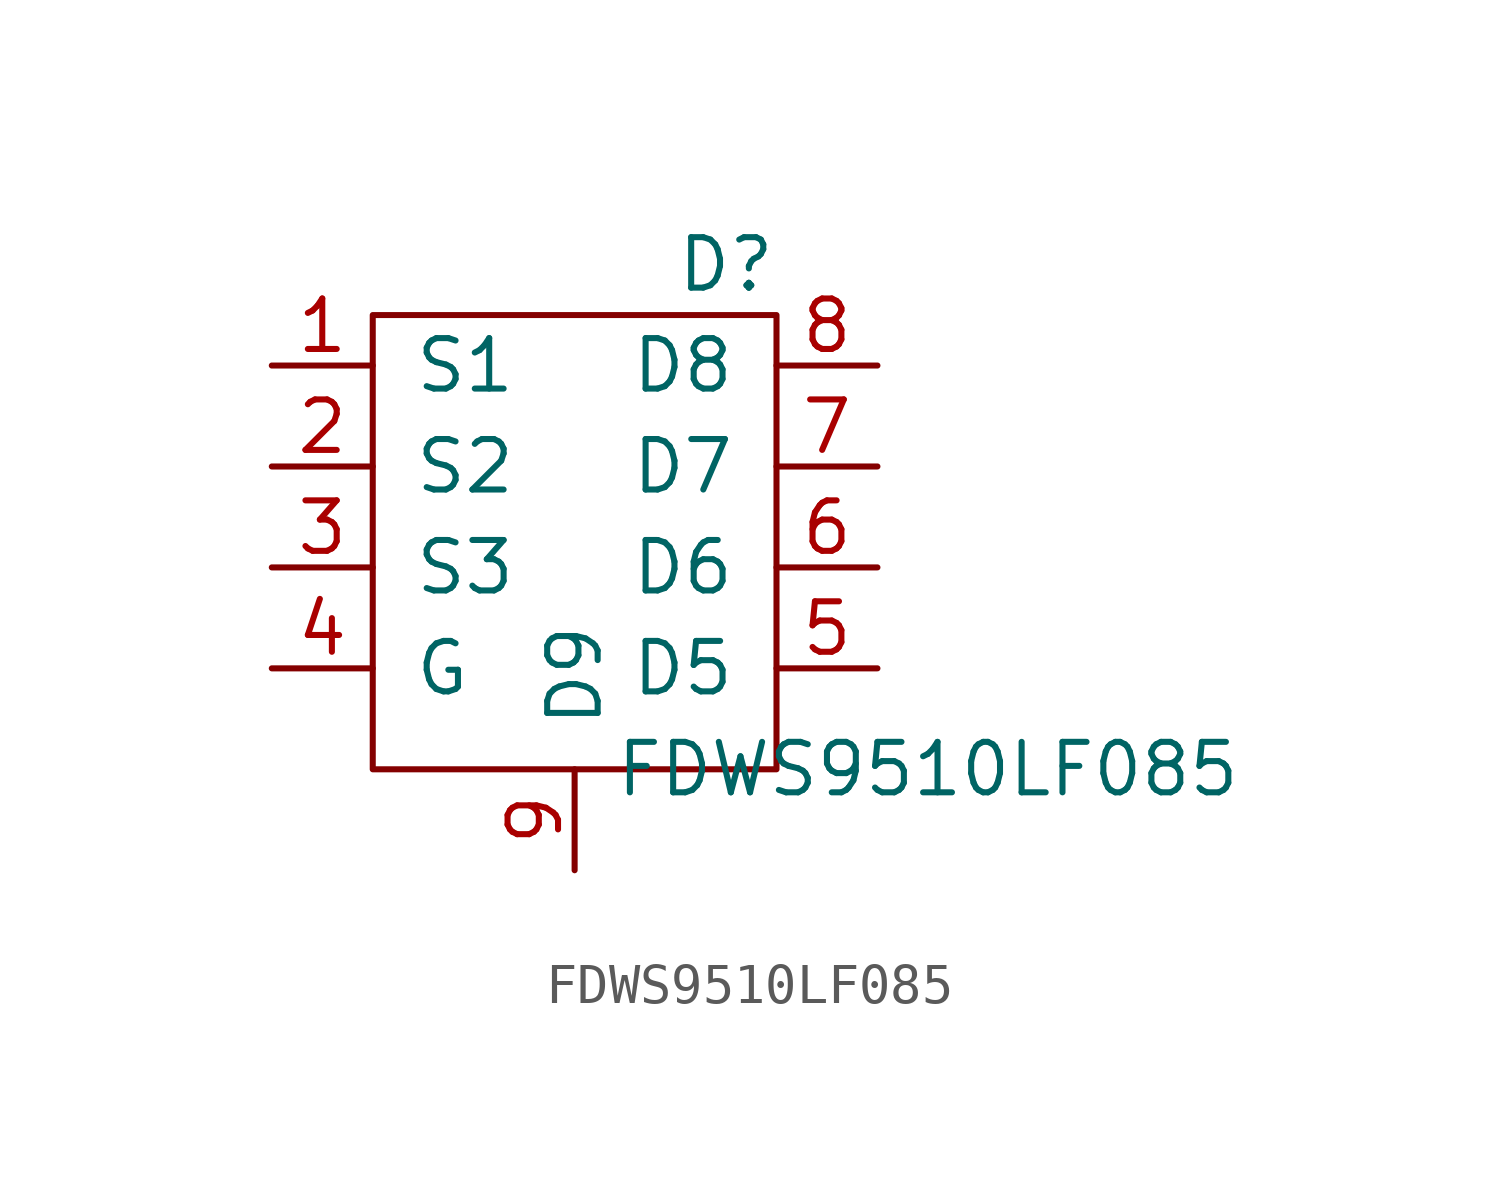
<source format=kicad_sym>
(kicad_symbol_lib
  (version 20211014)
  (generator kicad_symbol_editor)
  (symbol "FDWS9510LF085"
    (pin_names
      (offset 1.016))
    (property "Reference" "D"
      (at 3.81 7.62 0)
      (effects (font (size 1.27 1.27))))
    (property "Value" "FDWS9510LF085"
      (at 8.89 -5.08 0)
      (effects (font (size 1.27 1.27))))
    (symbol "FDWS9510LF085_0_1"
      (rectangle (start -5.08 6.35) (end 5.08 -5.08) (stroke (width 0) (type default) (color 0 0 0 0)) (fill (type none))))
    (symbol "FDWS9510LF085_1_1"
      (pin input line (at -7.62 5.08 0) (length 2.54) (name "S1" (effects (font (size 1.27 1.27)))) (number "1" (effects (font (size 1.27 1.27)))))
      (pin input line (at -7.62 2.54 0) (length 2.54) (name "S2" (effects (font (size 1.27 1.27)))) (number "2" (effects (font (size 1.27 1.27)))))
      (pin input line (at -7.62 0 0) (length 2.54) (name "S3" (effects (font (size 1.27 1.27)))) (number "3" (effects (font (size 1.27 1.27)))))
      (pin input line (at -7.62 -2.54 0) (length 2.54) (name "G" (effects (font (size 1.27 1.27)))) (number "4" (effects (font (size 1.27 1.27)))))
      (pin input line (at 7.62 -2.54 180) (length 2.54) (name "D5" (effects (font (size 1.27 1.27)))) (number "5" (effects (font (size 1.27 1.27)))))
      (pin input line (at 7.62 0 180) (length 2.54) (name "D6" (effects (font (size 1.27 1.27)))) (number "6" (effects (font (size 1.27 1.27)))))
      (pin input line (at 7.62 2.54 180) (length 2.54) (name "D7" (effects (font (size 1.27 1.27)))) (number "7" (effects (font (size 1.27 1.27)))))
      (pin input line (at 7.62 5.08 180) (length 2.54) (name "D8" (effects (font (size 1.27 1.27)))) (number "8" (effects (font (size 1.27 1.27)))))
      (pin input line (at 0 -7.62 90) (length 2.54) (name "D9" (effects (font (size 1.27 1.27)))) (number "9" (effects (font (size 1.27 1.27))))))))
</source>
